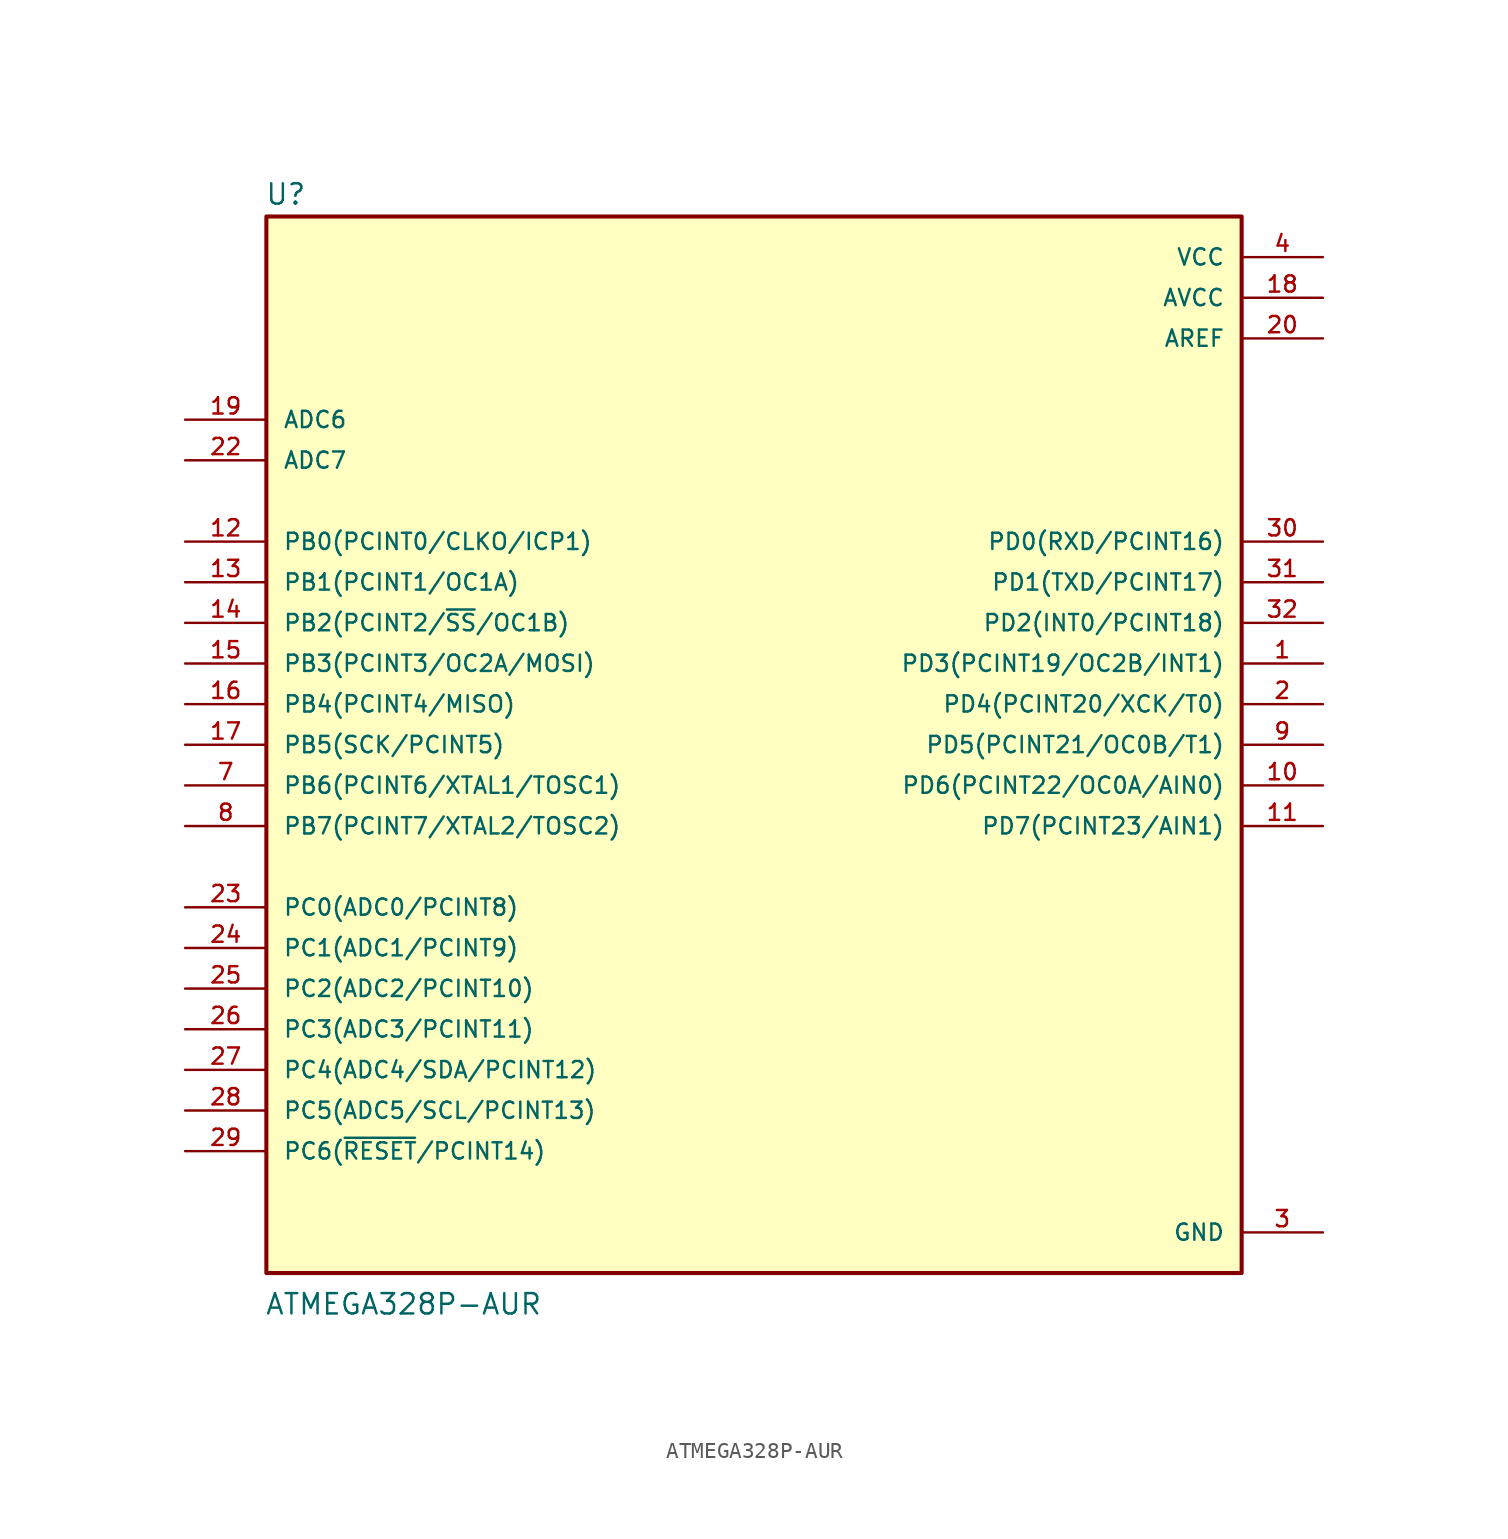
<source format=kicad_sym>
(kicad_symbol_lib
  (version 20211014)
  (generator kicad_symbol_editor)
  (symbol "ATMEGA328P-AUR"
    (pin_names
      (offset 1.016))
    (property "Reference" "U"
      (at -30.577 33.663 0)
      (effects (font (size 1.27 1.27)) (justify bottom left)))
    (property "Value" "ATMEGA328P-AUR"
      (at -30.587 -35.708 0)
      (effects (font (size 1.27 1.27)) (justify bottom left)))
    (symbol "ATMEGA328P-AUR_0_0"
      (rectangle (start -30.48 -33.02) (end 30.48 33.02) (stroke (width 0.254)) (fill (type background)))
      (pin bidirectional line (at 35.56 5.08 180.0) (length 5.08) (name "PD3(PCINT19/OC2B/INT1)" (effects (font (size 1.016 1.016)))) (number "1" (effects (font (size 1.016 1.016)))))
      (pin bidirectional line (at 35.56 2.54 180.0) (length 5.08) (name "PD4(PCINT20/XCK/T0)" (effects (font (size 1.016 1.016)))) (number "2" (effects (font (size 1.016 1.016)))))
      (pin power_in line (at 35.56 -30.48 180.0) (length 5.08) (name "GND" (effects (font (size 1.016 1.016)))) (number "3" (effects (font (size 1.016 1.016)))))
      (pin power_in line (at 35.56 -30.48 180.0) (length 5.08) hide (name "GND" (effects (font (size 1.016 1.016)))) (number "5" (effects (font (size 1.016 1.016)))))
      (pin power_in line (at 35.56 -30.48 180.0) (length 5.08) hide (name "GND" (effects (font (size 1.016 1.016)))) (number "21" (effects (font (size 1.016 1.016)))))
      (pin power_in line (at 35.56 30.48 180.0) (length 5.08) (name "VCC" (effects (font (size 1.016 1.016)))) (number "4" (effects (font (size 1.016 1.016)))))
      (pin power_in line (at 35.56 30.48 180.0) (length 5.08) hide (name "VCC" (effects (font (size 1.016 1.016)))) (number "6" (effects (font (size 1.016 1.016)))))
      (pin bidirectional line (at -35.56 -2.54 0) (length 5.08) (name "PB6(PCINT6/XTAL1/TOSC1)" (effects (font (size 1.016 1.016)))) (number "7" (effects (font (size 1.016 1.016)))))
      (pin bidirectional line (at -35.56 -5.08 0) (length 5.08) (name "PB7(PCINT7/XTAL2/TOSC2)" (effects (font (size 1.016 1.016)))) (number "8" (effects (font (size 1.016 1.016)))))
      (pin bidirectional line (at 35.56 0.0 180.0) (length 5.08) (name "PD5(PCINT21/OC0B/T1)" (effects (font (size 1.016 1.016)))) (number "9" (effects (font (size 1.016 1.016)))))
      (pin bidirectional line (at 35.56 -2.54 180.0) (length 5.08) (name "PD6(PCINT22/OC0A/AIN0)" (effects (font (size 1.016 1.016)))) (number "10" (effects (font (size 1.016 1.016)))))
      (pin bidirectional line (at 35.56 -5.08 180.0) (length 5.08) (name "PD7(PCINT23/AIN1)" (effects (font (size 1.016 1.016)))) (number "11" (effects (font (size 1.016 1.016)))))
      (pin bidirectional line (at -35.56 12.7 0) (length 5.08) (name "PB0(PCINT0/CLKO/ICP1)" (effects (font (size 1.016 1.016)))) (number "12" (effects (font (size 1.016 1.016)))))
      (pin bidirectional line (at -35.56 10.16 0) (length 5.08) (name "PB1(PCINT1/OC1A)" (effects (font (size 1.016 1.016)))) (number "13" (effects (font (size 1.016 1.016)))))
      (pin bidirectional line (at -35.56 7.62 0) (length 5.08) (name "PB2(PCINT2/~{SS}/OC1B)" (effects (font (size 1.016 1.016)))) (number "14" (effects (font (size 1.016 1.016)))))
      (pin bidirectional line (at -35.56 5.08 0) (length 5.08) (name "PB3(PCINT3/OC2A/MOSI)" (effects (font (size 1.016 1.016)))) (number "15" (effects (font (size 1.016 1.016)))))
      (pin bidirectional line (at -35.56 2.54 0) (length 5.08) (name "PB4(PCINT4/MISO)" (effects (font (size 1.016 1.016)))) (number "16" (effects (font (size 1.016 1.016)))))
      (pin bidirectional line (at -35.56 0.0 0) (length 5.08) (name "PB5(SCK/PCINT5)" (effects (font (size 1.016 1.016)))) (number "17" (effects (font (size 1.016 1.016)))))
      (pin power_in line (at 35.56 27.94 180.0) (length 5.08) (name "AVCC" (effects (font (size 1.016 1.016)))) (number "18" (effects (font (size 1.016 1.016)))))
      (pin input line (at -35.56 20.32 0) (length 5.08) (name "ADC6" (effects (font (size 1.016 1.016)))) (number "19" (effects (font (size 1.016 1.016)))))
      (pin power_in line (at 35.56 25.4 180.0) (length 5.08) (name "AREF" (effects (font (size 1.016 1.016)))) (number "20" (effects (font (size 1.016 1.016)))))
      (pin input line (at -35.56 17.78 0) (length 5.08) (name "ADC7" (effects (font (size 1.016 1.016)))) (number "22" (effects (font (size 1.016 1.016)))))
      (pin bidirectional line (at -35.56 -10.16 0) (length 5.08) (name "PC0(ADC0/PCINT8)" (effects (font (size 1.016 1.016)))) (number "23" (effects (font (size 1.016 1.016)))))
      (pin bidirectional line (at -35.56 -12.7 0) (length 5.08) (name "PC1(ADC1/PCINT9)" (effects (font (size 1.016 1.016)))) (number "24" (effects (font (size 1.016 1.016)))))
      (pin bidirectional line (at -35.56 -15.24 0) (length 5.08) (name "PC2(ADC2/PCINT10)" (effects (font (size 1.016 1.016)))) (number "25" (effects (font (size 1.016 1.016)))))
      (pin bidirectional line (at -35.56 -17.78 0) (length 5.08) (name "PC3(ADC3/PCINT11)" (effects (font (size 1.016 1.016)))) (number "26" (effects (font (size 1.016 1.016)))))
      (pin bidirectional line (at -35.56 -20.32 0) (length 5.08) (name "PC4(ADC4/SDA/PCINT12)" (effects (font (size 1.016 1.016)))) (number "27" (effects (font (size 1.016 1.016)))))
      (pin bidirectional line (at -35.56 -22.86 0) (length 5.08) (name "PC5(ADC5/SCL/PCINT13)" (effects (font (size 1.016 1.016)))) (number "28" (effects (font (size 1.016 1.016)))))
      (pin bidirectional line (at -35.56 -25.4 0) (length 5.08) (name "PC6(~{RESET}/PCINT14)" (effects (font (size 1.016 1.016)))) (number "29" (effects (font (size 1.016 1.016)))))
      (pin bidirectional line (at 35.56 12.7 180.0) (length 5.08) (name "PD0(RXD/PCINT16)" (effects (font (size 1.016 1.016)))) (number "30" (effects (font (size 1.016 1.016)))))
      (pin bidirectional line (at 35.56 10.16 180.0) (length 5.08) (name "PD1(TXD/PCINT17)" (effects (font (size 1.016 1.016)))) (number "31" (effects (font (size 1.016 1.016)))))
      (pin bidirectional line (at 35.56 7.62 180.0) (length 5.08) (name "PD2(INT0/PCINT18)" (effects (font (size 1.016 1.016)))) (number "32" (effects (font (size 1.016 1.016))))))))
</source>
